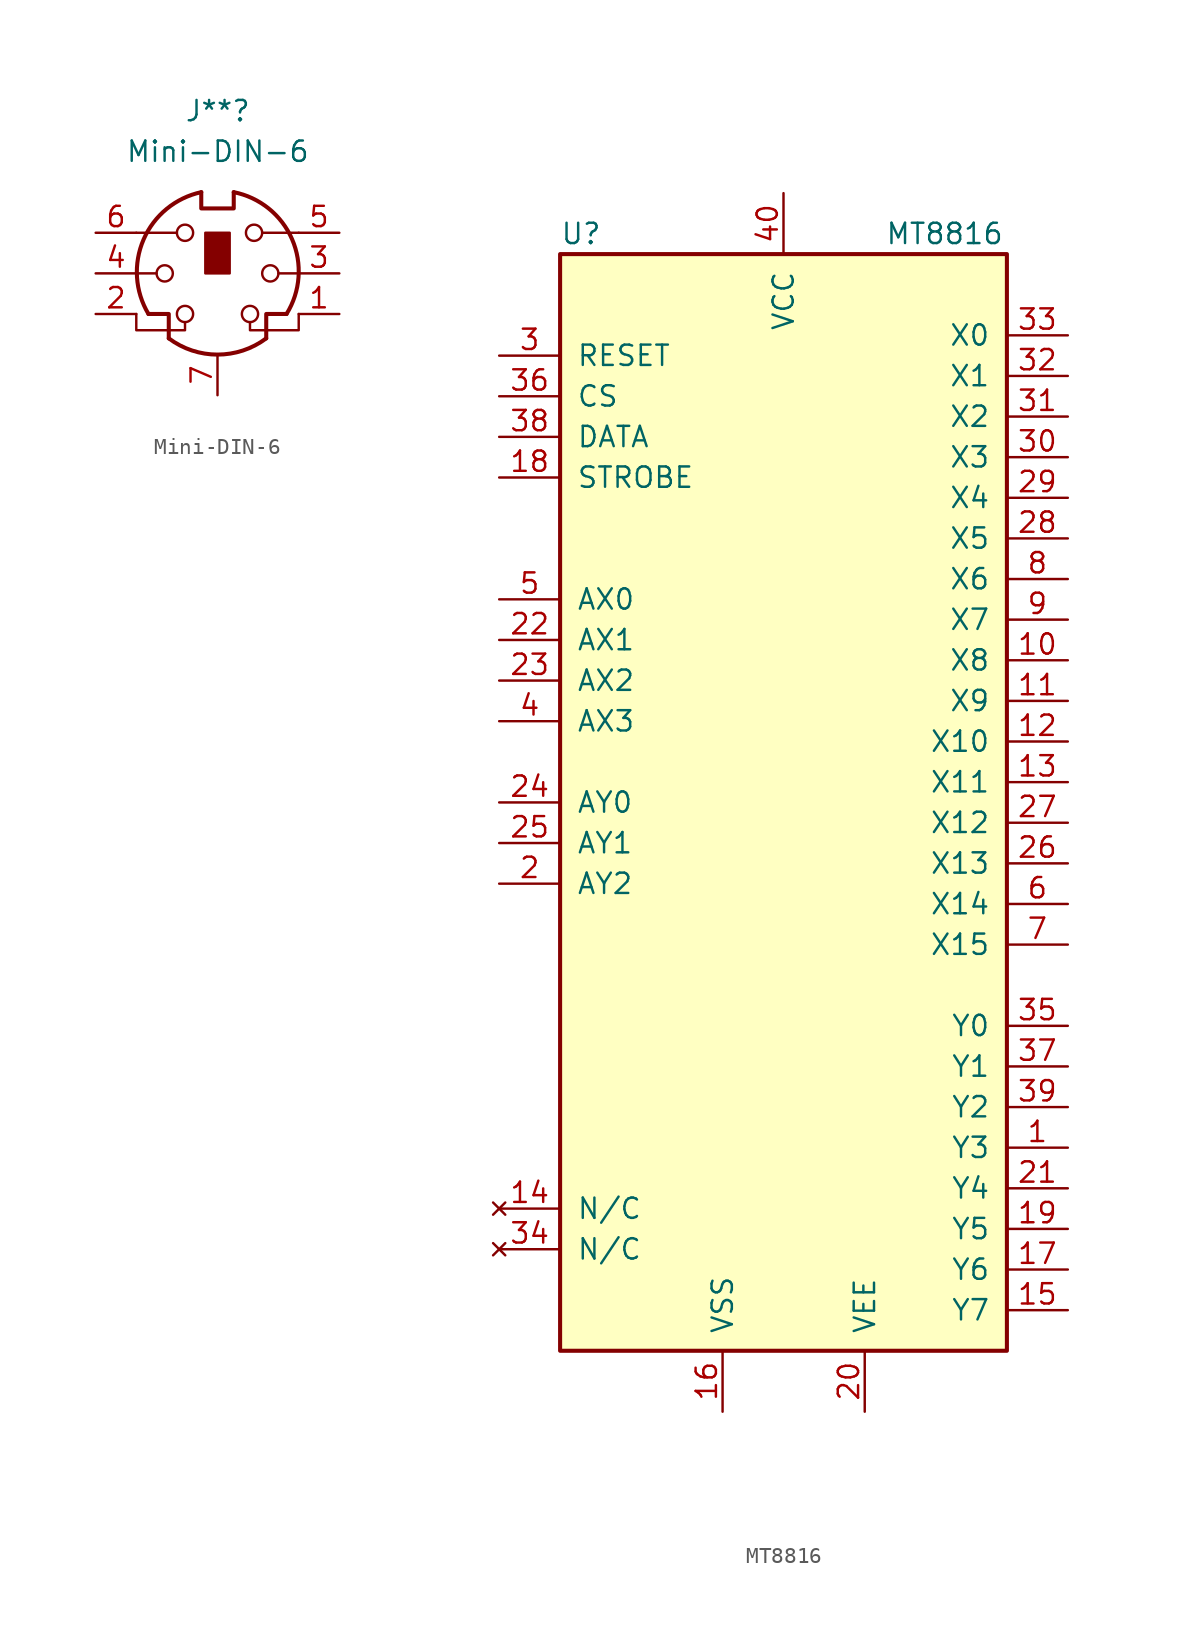
<source format=kicad_sym>
(kicad_symbol_lib
  (version 20211014)
  (generator kicad_symbol_editor)
  (symbol "Mini-DIN-6"
    (pin_names
      (offset 1.016))
    (property "Reference" "J**"
      (at 0.018 10.16 0)
      (effects (font (size 1.27 1.27))))
    (property "Value" "Mini-DIN-6"
      (at 0.018 7.62 0)
      (effects (font (size 1.27 1.27))))
    (symbol "Mini-DIN-6_0_1"
      (circle (center -3.302 0) (radius 0.508) (stroke (width 0) (type default) (color 0 0 0 0)) (fill (type none)))
      (arc (start -3.048 -4.064) (mid 0 -5.08) (end 3.048 -4.064) (stroke (width 0.254) (type default) (color 0 0 0 0)) (fill (type none)))
      (circle (center -2.032 -2.54) (radius 0.508) (stroke (width 0) (type default) (color 0 0 0 0)) (fill (type none)))
      (circle (center -2.032 2.54) (radius 0.508) (stroke (width 0) (type default) (color 0 0 0 0)) (fill (type none)))
      (arc (start -1.016 5.08) (mid -4.6243 2.1181) (end -4.318 -2.54) (stroke (width 0.254) (type default) (color 0 0 0 0)) (fill (type none)))
      (rectangle (start -0.762 2.54) (end 0.762 0) (stroke (width 0) (type default) (color 0 0 0 0)) (fill (type outline)))
      (polyline (pts (xy -3.81 0) (xy -5.08 0)) (stroke (width 0) (type default) (color 0 0 0 0)) (fill (type none)))
      (polyline (pts (xy -2.54 2.54) (xy -5.08 2.54)) (stroke (width 0) (type default) (color 0 0 0 0)) (fill (type none)))
      (polyline (pts (xy 2.794 2.54) (xy 5.08 2.54)) (stroke (width 0) (type default) (color 0 0 0 0)) (fill (type none)))
      (polyline (pts (xy 5.08 0) (xy 3.81 0)) (stroke (width 0) (type default) (color 0 0 0 0)) (fill (type none)))
      (polyline (pts (xy -4.318 -2.54) (xy -3.048 -2.54) (xy -3.048 -4.064)) (stroke (width 0.254) (type default) (color 0 0 0 0)) (fill (type none)))
      (polyline (pts (xy 4.318 -2.54) (xy 3.048 -2.54) (xy 3.048 -4.064)) (stroke (width 0.254) (type default) (color 0 0 0 0)) (fill (type none)))
      (polyline (pts (xy -2.032 -3.048) (xy -2.032 -3.556) (xy -5.08 -3.556) (xy -5.08 -2.54)) (stroke (width 0) (type default) (color 0 0 0 0)) (fill (type none)))
      (polyline (pts (xy -1.016 5.08) (xy -1.016 4.064) (xy 1.016 4.064) (xy 1.016 5.08)) (stroke (width 0.254) (type default) (color 0 0 0 0)) (fill (type none)))
      (polyline (pts (xy 2.032 -3.048) (xy 2.032 -3.556) (xy 5.08 -3.556) (xy 5.08 -2.54)) (stroke (width 0) (type default) (color 0 0 0 0)) (fill (type none)))
      (circle (center 2.032 -2.54) (radius 0.508) (stroke (width 0) (type default) (color 0 0 0 0)) (fill (type none)))
      (circle (center 2.286 2.54) (radius 0.508) (stroke (width 0) (type default) (color 0 0 0 0)) (fill (type none)))
      (circle (center 3.302 0) (radius 0.508) (stroke (width 0) (type default) (color 0 0 0 0)) (fill (type none)))
      (arc (start 4.318 -2.54) (mid 4.6646 2.1357) (end 1.016 5.08) (stroke (width 0.254) (type default) (color 0 0 0 0)) (fill (type none))))
    (symbol "Mini-DIN-6_1_1"
      (pin passive line (at 7.62 -2.54 180) (length 2.54) (name "~" (effects (font (size 1.27 1.27)))) (number "1" (effects (font (size 1.27 1.27)))))
      (pin passive line (at -7.62 -2.54 0) (length 2.54) (name "~" (effects (font (size 1.27 1.27)))) (number "2" (effects (font (size 1.27 1.27)))))
      (pin passive line (at 7.62 0 180) (length 2.54) (name "~" (effects (font (size 1.27 1.27)))) (number "3" (effects (font (size 1.27 1.27)))))
      (pin passive line (at -7.62 0 0) (length 2.54) (name "~" (effects (font (size 1.27 1.27)))) (number "4" (effects (font (size 1.27 1.27)))))
      (pin passive line (at 7.62 2.54 180) (length 2.54) (name "~" (effects (font (size 1.27 1.27)))) (number "5" (effects (font (size 1.27 1.27)))))
      (pin passive line (at -7.62 2.54 0) (length 2.54) (name "~" (effects (font (size 1.27 1.27)))) (number "6" (effects (font (size 1.27 1.27)))))
      (pin passive line (at 0 -7.62 90) (length 2.54) (name "~" (effects (font (size 1.27 1.27)))) (number "7" (effects (font (size 1.27 1.27)))))))
  (symbol "MT8816"
    (pin_names
      (offset 1.016))
    (property "Reference" "U"
      (at -13.97 35.56 0)
      (effects (font (size 1.27 1.27)) (justify left)))
    (property "Value" "MT8816"
      (at 6.35 35.56 0)
      (effects (font (size 1.27 1.27)) (justify left)))
    (symbol "MT8816_0_1"
      (rectangle (start -13.97 34.29) (end 13.97 -34.29) (stroke (width 0.254) (type default) (color 0 0 0 0)) (fill (type background))))
    (symbol "MT8816_1_1"
      (pin bidirectional line (at 17.78 -21.59 180) (length 3.81) (name "Y3" (effects (font (size 1.27 1.27)))) (number "1" (effects (font (size 1.27 1.27)))))
      (pin bidirectional line (at 17.78 8.89 180) (length 3.81) (name "X8" (effects (font (size 1.27 1.27)))) (number "10" (effects (font (size 1.27 1.27)))))
      (pin bidirectional line (at 17.78 6.35 180) (length 3.81) (name "X9" (effects (font (size 1.27 1.27)))) (number "11" (effects (font (size 1.27 1.27)))))
      (pin bidirectional line (at 17.78 3.81 180) (length 3.81) (name "X10" (effects (font (size 1.27 1.27)))) (number "12" (effects (font (size 1.27 1.27)))))
      (pin bidirectional line (at 17.78 1.27 180) (length 3.81) (name "X11" (effects (font (size 1.27 1.27)))) (number "13" (effects (font (size 1.27 1.27)))))
      (pin no_connect line (at -17.78 -25.4 0) (length 3.81) (name "N/C" (effects (font (size 1.27 1.27)))) (number "14" (effects (font (size 1.27 1.27)))))
      (pin bidirectional line (at 17.78 -31.75 180) (length 3.81) (name "Y7" (effects (font (size 1.27 1.27)))) (number "15" (effects (font (size 1.27 1.27)))))
      (pin power_in line (at -3.81 -38.1 90) (length 3.81) (name "VSS" (effects (font (size 1.27 1.27)))) (number "16" (effects (font (size 1.27 1.27)))))
      (pin bidirectional line (at 17.78 -29.21 180) (length 3.81) (name "Y6" (effects (font (size 1.27 1.27)))) (number "17" (effects (font (size 1.27 1.27)))))
      (pin input line (at -17.78 20.32 0) (length 3.81) (name "STROBE" (effects (font (size 1.27 1.27)))) (number "18" (effects (font (size 1.27 1.27)))))
      (pin bidirectional line (at 17.78 -26.67 180) (length 3.81) (name "Y5" (effects (font (size 1.27 1.27)))) (number "19" (effects (font (size 1.27 1.27)))))
      (pin input line (at -17.78 -5.08 0) (length 3.81) (name "AY2" (effects (font (size 1.27 1.27)))) (number "2" (effects (font (size 1.27 1.27)))))
      (pin power_in line (at 5.08 -38.1 90) (length 3.81) (name "VEE" (effects (font (size 1.27 1.27)))) (number "20" (effects (font (size 1.27 1.27)))))
      (pin bidirectional line (at 17.78 -24.13 180) (length 3.81) (name "Y4" (effects (font (size 1.27 1.27)))) (number "21" (effects (font (size 1.27 1.27)))))
      (pin input line (at -17.78 10.16 0) (length 3.81) (name "AX1" (effects (font (size 1.27 1.27)))) (number "22" (effects (font (size 1.27 1.27)))))
      (pin input line (at -17.78 7.62 0) (length 3.81) (name "AX2" (effects (font (size 1.27 1.27)))) (number "23" (effects (font (size 1.27 1.27)))))
      (pin input line (at -17.78 0 0) (length 3.81) (name "AY0" (effects (font (size 1.27 1.27)))) (number "24" (effects (font (size 1.27 1.27)))))
      (pin input line (at -17.78 -2.54 0) (length 3.81) (name "AY1" (effects (font (size 1.27 1.27)))) (number "25" (effects (font (size 1.27 1.27)))))
      (pin bidirectional line (at 17.78 -3.81 180) (length 3.81) (name "X13" (effects (font (size 1.27 1.27)))) (number "26" (effects (font (size 1.27 1.27)))))
      (pin bidirectional line (at 17.78 -1.27 180) (length 3.81) (name "X12" (effects (font (size 1.27 1.27)))) (number "27" (effects (font (size 1.27 1.27)))))
      (pin bidirectional line (at 17.78 16.51 180) (length 3.81) (name "X5" (effects (font (size 1.27 1.27)))) (number "28" (effects (font (size 1.27 1.27)))))
      (pin bidirectional line (at 17.78 19.05 180) (length 3.81) (name "X4" (effects (font (size 1.27 1.27)))) (number "29" (effects (font (size 1.27 1.27)))))
      (pin input line (at -17.78 27.94 0) (length 3.81) (name "RESET" (effects (font (size 1.27 1.27)))) (number "3" (effects (font (size 1.27 1.27)))))
      (pin bidirectional line (at 17.78 21.59 180) (length 3.81) (name "X3" (effects (font (size 1.27 1.27)))) (number "30" (effects (font (size 1.27 1.27)))))
      (pin bidirectional line (at 17.78 24.13 180) (length 3.81) (name "X2" (effects (font (size 1.27 1.27)))) (number "31" (effects (font (size 1.27 1.27)))))
      (pin bidirectional line (at 17.78 26.67 180) (length 3.81) (name "X1" (effects (font (size 1.27 1.27)))) (number "32" (effects (font (size 1.27 1.27)))))
      (pin bidirectional line (at 17.78 29.21 180) (length 3.81) (name "X0" (effects (font (size 1.27 1.27)))) (number "33" (effects (font (size 1.27 1.27)))))
      (pin no_connect line (at -17.78 -27.94 0) (length 3.81) (name "N/C" (effects (font (size 1.27 1.27)))) (number "34" (effects (font (size 1.27 1.27)))))
      (pin bidirectional line (at 17.78 -13.97 180) (length 3.81) (name "Y0" (effects (font (size 1.27 1.27)))) (number "35" (effects (font (size 1.27 1.27)))))
      (pin input line (at -17.78 25.4 0) (length 3.81) (name "CS" (effects (font (size 1.27 1.27)))) (number "36" (effects (font (size 1.27 1.27)))))
      (pin bidirectional line (at 17.78 -16.51 180) (length 3.81) (name "Y1" (effects (font (size 1.27 1.27)))) (number "37" (effects (font (size 1.27 1.27)))))
      (pin input line (at -17.78 22.86 0) (length 3.81) (name "DATA" (effects (font (size 1.27 1.27)))) (number "38" (effects (font (size 1.27 1.27)))))
      (pin bidirectional line (at 17.78 -19.05 180) (length 3.81) (name "Y2" (effects (font (size 1.27 1.27)))) (number "39" (effects (font (size 1.27 1.27)))))
      (pin input line (at -17.78 5.08 0) (length 3.81) (name "AX3" (effects (font (size 1.27 1.27)))) (number "4" (effects (font (size 1.27 1.27)))))
      (pin power_in line (at 0 38.1 270) (length 3.81) (name "VCC" (effects (font (size 1.27 1.27)))) (number "40" (effects (font (size 1.27 1.27)))))
      (pin input line (at -17.78 12.7 0) (length 3.81) (name "AX0" (effects (font (size 1.27 1.27)))) (number "5" (effects (font (size 1.27 1.27)))))
      (pin bidirectional line (at 17.78 -6.35 180) (length 3.81) (name "X14" (effects (font (size 1.27 1.27)))) (number "6" (effects (font (size 1.27 1.27)))))
      (pin bidirectional line (at 17.78 -8.89 180) (length 3.81) (name "X15" (effects (font (size 1.27 1.27)))) (number "7" (effects (font (size 1.27 1.27)))))
      (pin bidirectional line (at 17.78 13.97 180) (length 3.81) (name "X6" (effects (font (size 1.27 1.27)))) (number "8" (effects (font (size 1.27 1.27)))))
      (pin bidirectional line (at 17.78 11.43 180) (length 3.81) (name "X7" (effects (font (size 1.27 1.27)))) (number "9" (effects (font (size 1.27 1.27))))))))
</source>
